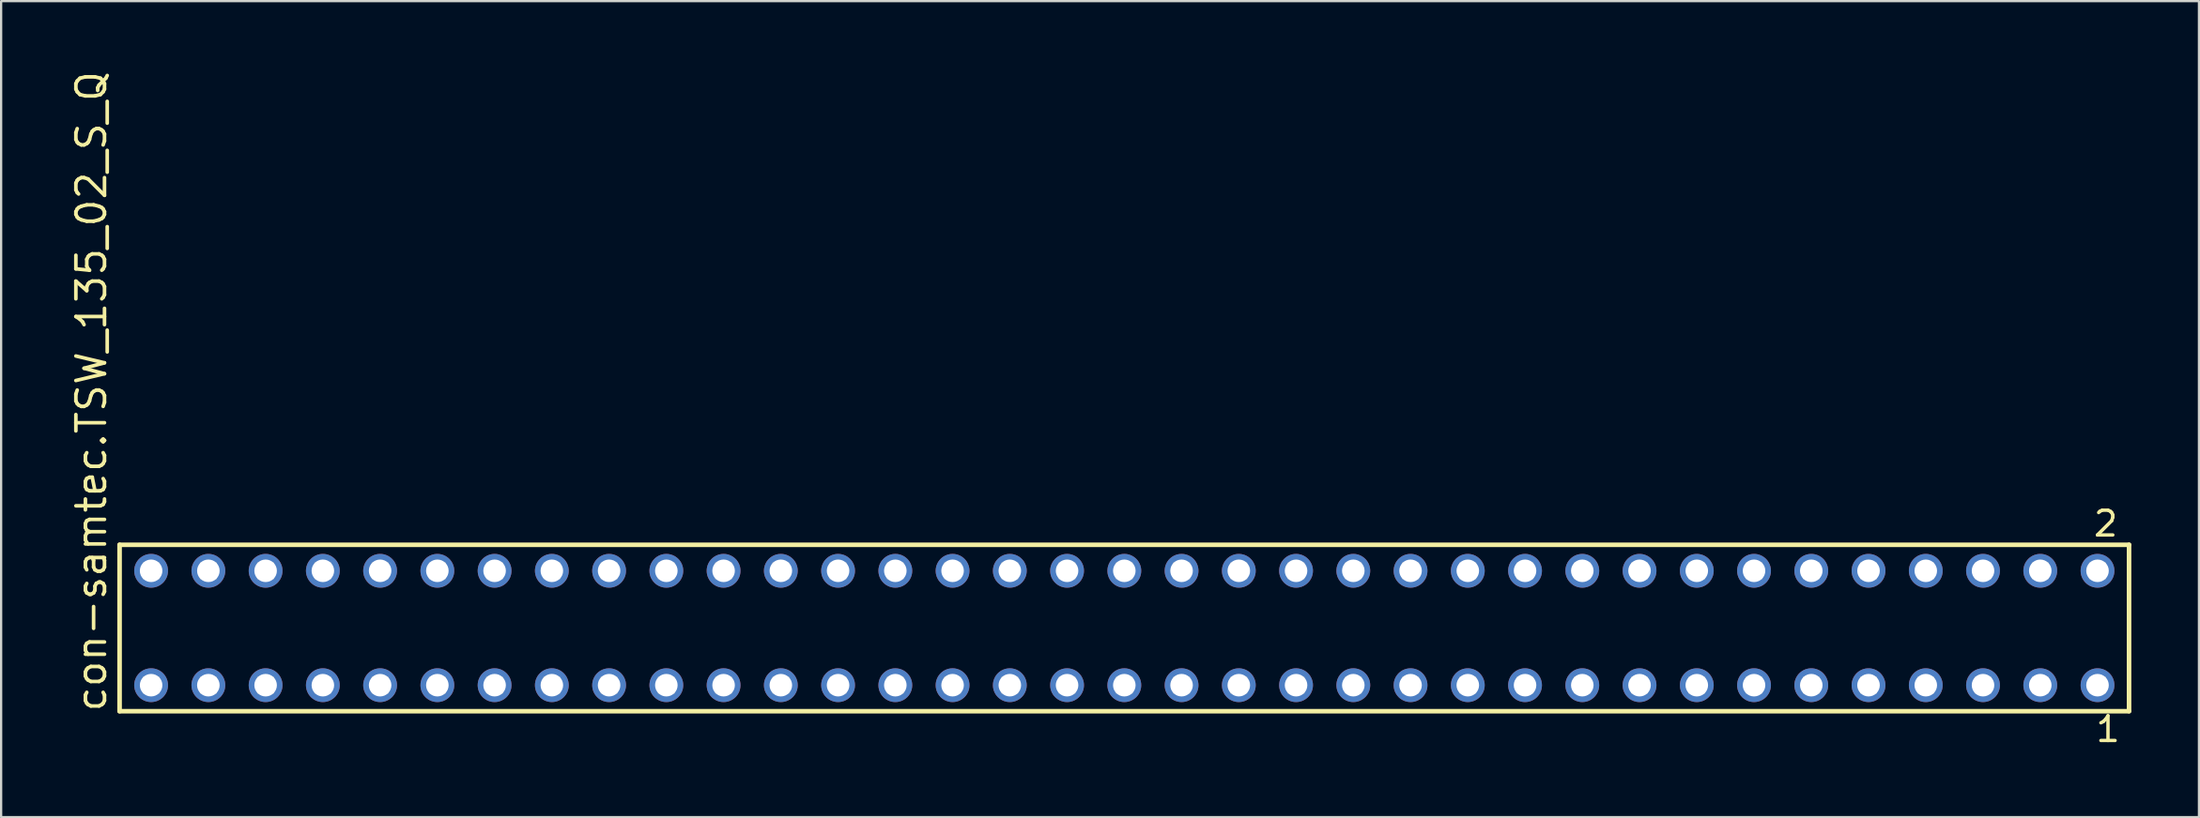
<source format=kicad_pcb>
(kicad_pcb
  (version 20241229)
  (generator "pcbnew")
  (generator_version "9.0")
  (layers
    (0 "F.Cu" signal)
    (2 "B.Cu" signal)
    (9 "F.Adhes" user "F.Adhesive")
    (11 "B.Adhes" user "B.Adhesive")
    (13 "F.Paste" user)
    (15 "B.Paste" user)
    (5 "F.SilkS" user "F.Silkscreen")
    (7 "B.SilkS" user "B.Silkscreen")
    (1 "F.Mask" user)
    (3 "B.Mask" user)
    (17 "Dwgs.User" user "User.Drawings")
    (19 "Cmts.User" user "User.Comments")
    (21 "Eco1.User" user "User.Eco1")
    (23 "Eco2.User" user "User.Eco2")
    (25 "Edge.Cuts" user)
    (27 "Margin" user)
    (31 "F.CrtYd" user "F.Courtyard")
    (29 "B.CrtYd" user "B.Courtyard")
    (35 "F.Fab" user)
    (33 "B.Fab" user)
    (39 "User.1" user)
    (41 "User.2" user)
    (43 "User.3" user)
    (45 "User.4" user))
  (footprint "con-samtec.TSW_135_02_S_Q"
    (layer "F.Cu")
    (at 46.835 24.84)
    (property "Reference" "con-samtec.TSW_135_02_S_Q" (at -45.085 3.81 90) (layer "F.SilkS") (effects (font (size 1.27 1.27) (thickness 0.16)) (justify left bottom)))
    (attr through_hole)
    (fp_line (start -44.579 -3.695) (end 44.579 -3.695) (stroke (width 0.203) (type default)) (layer "F.SilkS"))
    (fp_line (start -44.579 3.695) (end -44.579 -3.695) (stroke (width 0.203) (type default)) (layer "F.SilkS"))
    (fp_line (start 44.579 -3.695) (end 44.579 3.695) (stroke (width 0.203) (type default)) (layer "F.SilkS"))
    (fp_line (start 44.579 3.695) (end -44.579 3.695) (stroke (width 0.203) (type default)) (layer "F.SilkS"))
    (fp_rect (start -43.53 -2.19) (end -42.83 -2.89) (stroke (width 0.05) (type default)) (fill no) (layer "F.Fab"))
    (fp_rect (start -43.53 2.89) (end -42.83 2.19) (stroke (width 0.05) (type default)) (fill no) (layer "F.Fab"))
    (fp_rect (start -40.99 -2.19) (end -40.29 -2.89) (stroke (width 0.05) (type default)) (fill no) (layer "F.Fab"))
    (fp_rect (start -40.99 2.89) (end -40.29 2.19) (stroke (width 0.05) (type default)) (fill no) (layer "F.Fab"))
    (fp_rect (start -38.45 -2.19) (end -37.75 -2.89) (stroke (width 0.05) (type default)) (fill no) (layer "F.Fab"))
    (fp_rect (start -38.45 2.89) (end -37.75 2.19) (stroke (width 0.05) (type default)) (fill no) (layer "F.Fab"))
    (fp_rect (start -35.91 -2.19) (end -35.21 -2.89) (stroke (width 0.05) (type default)) (fill no) (layer "F.Fab"))
    (fp_rect (start -35.91 2.89) (end -35.21 2.19) (stroke (width 0.05) (type default)) (fill no) (layer "F.Fab"))
    (fp_rect (start -33.37 -2.19) (end -32.67 -2.89) (stroke (width 0.05) (type default)) (fill no) (layer "F.Fab"))
    (fp_rect (start -33.37 2.89) (end -32.67 2.19) (stroke (width 0.05) (type default)) (fill no) (layer "F.Fab"))
    (fp_rect (start -30.83 -2.19) (end -30.13 -2.89) (stroke (width 0.05) (type default)) (fill no) (layer "F.Fab"))
    (fp_rect (start -30.83 2.89) (end -30.13 2.19) (stroke (width 0.05) (type default)) (fill no) (layer "F.Fab"))
    (fp_rect (start -28.29 -2.19) (end -27.59 -2.89) (stroke (width 0.05) (type default)) (fill no) (layer "F.Fab"))
    (fp_rect (start -28.29 2.89) (end -27.59 2.19) (stroke (width 0.05) (type default)) (fill no) (layer "F.Fab"))
    (fp_rect (start -25.75 -2.19) (end -25.05 -2.89) (stroke (width 0.05) (type default)) (fill no) (layer "F.Fab"))
    (fp_rect (start -25.75 2.89) (end -25.05 2.19) (stroke (width 0.05) (type default)) (fill no) (layer "F.Fab"))
    (fp_rect (start -23.21 -2.19) (end -22.51 -2.89) (stroke (width 0.05) (type default)) (fill no) (layer "F.Fab"))
    (fp_rect (start -23.21 2.89) (end -22.51 2.19) (stroke (width 0.05) (type default)) (fill no) (layer "F.Fab"))
    (fp_rect (start -20.67 -2.19) (end -19.97 -2.89) (stroke (width 0.05) (type default)) (fill no) (layer "F.Fab"))
    (fp_rect (start -20.67 2.89) (end -19.97 2.19) (stroke (width 0.05) (type default)) (fill no) (layer "F.Fab"))
    (fp_rect (start -18.13 -2.19) (end -17.43 -2.89) (stroke (width 0.05) (type default)) (fill no) (layer "F.Fab"))
    (fp_rect (start -18.13 2.89) (end -17.43 2.19) (stroke (width 0.05) (type default)) (fill no) (layer "F.Fab"))
    (fp_rect (start -15.59 -2.19) (end -14.89 -2.89) (stroke (width 0.05) (type default)) (fill no) (layer "F.Fab"))
    (fp_rect (start -15.59 2.89) (end -14.89 2.19) (stroke (width 0.05) (type default)) (fill no) (layer "F.Fab"))
    (fp_rect (start -13.05 -2.19) (end -12.35 -2.89) (stroke (width 0.05) (type default)) (fill no) (layer "F.Fab"))
    (fp_rect (start -13.05 2.89) (end -12.35 2.19) (stroke (width 0.05) (type default)) (fill no) (layer "F.Fab"))
    (fp_rect (start -10.51 -2.19) (end -9.81 -2.89) (stroke (width 0.05) (type default)) (fill no) (layer "F.Fab"))
    (fp_rect (start -10.51 2.89) (end -9.81 2.19) (stroke (width 0.05) (type default)) (fill no) (layer "F.Fab"))
    (fp_rect (start -7.97 -2.19) (end -7.27 -2.89) (stroke (width 0.05) (type default)) (fill no) (layer "F.Fab"))
    (fp_rect (start -7.97 2.89) (end -7.27 2.19) (stroke (width 0.05) (type default)) (fill no) (layer "F.Fab"))
    (fp_rect (start -5.43 -2.19) (end -4.73 -2.89) (stroke (width 0.05) (type default)) (fill no) (layer "F.Fab"))
    (fp_rect (start -5.43 2.89) (end -4.73 2.19) (stroke (width 0.05) (type default)) (fill no) (layer "F.Fab"))
    (fp_rect (start -2.89 -2.19) (end -2.19 -2.89) (stroke (width 0.05) (type default)) (fill no) (layer "F.Fab"))
    (fp_rect (start -2.89 2.89) (end -2.19 2.19) (stroke (width 0.05) (type default)) (fill no) (layer "F.Fab"))
    (fp_rect (start -0.35 -2.19) (end 0.35 -2.89) (stroke (width 0.05) (type default)) (fill no) (layer "F.Fab"))
    (fp_rect (start -0.35 2.89) (end 0.35 2.19) (stroke (width 0.05) (type default)) (fill no) (layer "F.Fab"))
    (fp_rect (start 2.19 -2.19) (end 2.89 -2.89) (stroke (width 0.05) (type default)) (fill no) (layer "F.Fab"))
    (fp_rect (start 2.19 2.89) (end 2.89 2.19) (stroke (width 0.05) (type default)) (fill no) (layer "F.Fab"))
    (fp_rect (start 4.73 -2.19) (end 5.43 -2.89) (stroke (width 0.05) (type default)) (fill no) (layer "F.Fab"))
    (fp_rect (start 4.73 2.89) (end 5.43 2.19) (stroke (width 0.05) (type default)) (fill no) (layer "F.Fab"))
    (fp_rect (start 7.27 -2.19) (end 7.97 -2.89) (stroke (width 0.05) (type default)) (fill no) (layer "F.Fab"))
    (fp_rect (start 7.27 2.89) (end 7.97 2.19) (stroke (width 0.05) (type default)) (fill no) (layer "F.Fab"))
    (fp_rect (start 9.81 -2.19) (end 10.51 -2.89) (stroke (width 0.05) (type default)) (fill no) (layer "F.Fab"))
    (fp_rect (start 9.81 2.89) (end 10.51 2.19) (stroke (width 0.05) (type default)) (fill no) (layer "F.Fab"))
    (fp_rect (start 12.35 -2.19) (end 13.05 -2.89) (stroke (width 0.05) (type default)) (fill no) (layer "F.Fab"))
    (fp_rect (start 12.35 2.89) (end 13.05 2.19) (stroke (width 0.05) (type default)) (fill no) (layer "F.Fab"))
    (fp_rect (start 14.89 -2.19) (end 15.59 -2.89) (stroke (width 0.05) (type default)) (fill no) (layer "F.Fab"))
    (fp_rect (start 14.89 2.89) (end 15.59 2.19) (stroke (width 0.05) (type default)) (fill no) (layer "F.Fab"))
    (fp_rect (start 17.43 -2.19) (end 18.13 -2.89) (stroke (width 0.05) (type default)) (fill no) (layer "F.Fab"))
    (fp_rect (start 17.43 2.89) (end 18.13 2.19) (stroke (width 0.05) (type default)) (fill no) (layer "F.Fab"))
    (fp_rect (start 19.97 -2.19) (end 20.67 -2.89) (stroke (width 0.05) (type default)) (fill no) (layer "F.Fab"))
    (fp_rect (start 19.97 2.89) (end 20.67 2.19) (stroke (width 0.05) (type default)) (fill no) (layer "F.Fab"))
    (fp_rect (start 22.51 -2.19) (end 23.21 -2.89) (stroke (width 0.05) (type default)) (fill no) (layer "F.Fab"))
    (fp_rect (start 22.51 2.89) (end 23.21 2.19) (stroke (width 0.05) (type default)) (fill no) (layer "F.Fab"))
    (fp_rect (start 25.05 -2.19) (end 25.75 -2.89) (stroke (width 0.05) (type default)) (fill no) (layer "F.Fab"))
    (fp_rect (start 25.05 2.89) (end 25.75 2.19) (stroke (width 0.05) (type default)) (fill no) (layer "F.Fab"))
    (fp_rect (start 27.59 -2.19) (end 28.29 -2.89) (stroke (width 0.05) (type default)) (fill no) (layer "F.Fab"))
    (fp_rect (start 27.59 2.89) (end 28.29 2.19) (stroke (width 0.05) (type default)) (fill no) (layer "F.Fab"))
    (fp_rect (start 30.13 -2.19) (end 30.83 -2.89) (stroke (width 0.05) (type default)) (fill no) (layer "F.Fab"))
    (fp_rect (start 30.13 2.89) (end 30.83 2.19) (stroke (width 0.05) (type default)) (fill no) (layer "F.Fab"))
    (fp_rect (start 32.67 -2.19) (end 33.37 -2.89) (stroke (width 0.05) (type default)) (fill no) (layer "F.Fab"))
    (fp_rect (start 32.67 2.89) (end 33.37 2.19) (stroke (width 0.05) (type default)) (fill no) (layer "F.Fab"))
    (fp_rect (start 35.21 -2.19) (end 35.91 -2.89) (stroke (width 0.05) (type default)) (fill no) (layer "F.Fab"))
    (fp_rect (start 35.21 2.89) (end 35.91 2.19) (stroke (width 0.05) (type default)) (fill no) (layer "F.Fab"))
    (fp_rect (start 37.75 -2.19) (end 38.45 -2.89) (stroke (width 0.05) (type default)) (fill no) (layer "F.Fab"))
    (fp_rect (start 37.75 2.89) (end 38.45 2.19) (stroke (width 0.05) (type default)) (fill no) (layer "F.Fab"))
    (fp_rect (start 40.29 -2.19) (end 40.99 -2.89) (stroke (width 0.05) (type default)) (fill no) (layer "F.Fab"))
    (fp_rect (start 40.29 2.89) (end 40.99 2.19) (stroke (width 0.05) (type default)) (fill no) (layer "F.Fab"))
    (fp_rect (start 42.83 -2.19) (end 43.53 -2.89) (stroke (width 0.05) (type default)) (fill no) (layer "F.Fab"))
    (fp_rect (start 42.83 2.89) (end 43.53 2.19) (stroke (width 0.05) (type default)) (fill no) (layer "F.Fab"))
    (fp_text user "2" (at 42.922 -3.989 0) (layer "F.SilkS") (effects (font (size 1.1 1.1) (thickness 0.15)) (justify left bottom)))
    (fp_text user "1" (at 43.022 5.138 0) (layer "F.SilkS") (effects (font (size 1.1 1.1) (thickness 0.15)) (justify left bottom)))
    (pad "1" thru_hole circle (at 43.18 2.54 180) (size 1.5 1.5) (drill 1) (layers "*.Cu" "*.Mask"))
    (pad "2" thru_hole circle (at 43.18 -2.54 180) (size 1.5 1.5) (drill 1) (layers "*.Cu" "*.Mask"))
    (pad "3" thru_hole circle (at 40.64 2.54 180) (size 1.5 1.5) (drill 1) (layers "*.Cu" "*.Mask"))
    (pad "4" thru_hole circle (at 40.64 -2.54 180) (size 1.5 1.5) (drill 1) (layers "*.Cu" "*.Mask"))
    (pad "5" thru_hole circle (at 38.1 2.54 180) (size 1.5 1.5) (drill 1) (layers "*.Cu" "*.Mask"))
    (pad "6" thru_hole circle (at 38.1 -2.54 180) (size 1.5 1.5) (drill 1) (layers "*.Cu" "*.Mask"))
    (pad "7" thru_hole circle (at 35.56 2.54 180) (size 1.5 1.5) (drill 1) (layers "*.Cu" "*.Mask"))
    (pad "8" thru_hole circle (at 35.56 -2.54 180) (size 1.5 1.5) (drill 1) (layers "*.Cu" "*.Mask"))
    (pad "9" thru_hole circle (at 33.02 2.54 180) (size 1.5 1.5) (drill 1) (layers "*.Cu" "*.Mask"))
    (pad "10" thru_hole circle (at 33.02 -2.54 180) (size 1.5 1.5) (drill 1) (layers "*.Cu" "*.Mask"))
    (pad "11" thru_hole circle (at 30.48 2.54 180) (size 1.5 1.5) (drill 1) (layers "*.Cu" "*.Mask"))
    (pad "12" thru_hole circle (at 30.48 -2.54 180) (size 1.5 1.5) (drill 1) (layers "*.Cu" "*.Mask"))
    (pad "13" thru_hole circle (at 27.94 2.54 180) (size 1.5 1.5) (drill 1) (layers "*.Cu" "*.Mask"))
    (pad "14" thru_hole circle (at 27.94 -2.54 180) (size 1.5 1.5) (drill 1) (layers "*.Cu" "*.Mask"))
    (pad "15" thru_hole circle (at 25.4 2.54 180) (size 1.5 1.5) (drill 1) (layers "*.Cu" "*.Mask"))
    (pad "16" thru_hole circle (at 25.4 -2.54 180) (size 1.5 1.5) (drill 1) (layers "*.Cu" "*.Mask"))
    (pad "17" thru_hole circle (at 22.86 2.54 180) (size 1.5 1.5) (drill 1) (layers "*.Cu" "*.Mask"))
    (pad "18" thru_hole circle (at 22.86 -2.54 180) (size 1.5 1.5) (drill 1) (layers "*.Cu" "*.Mask"))
    (pad "19" thru_hole circle (at 20.32 2.54 180) (size 1.5 1.5) (drill 1) (layers "*.Cu" "*.Mask"))
    (pad "20" thru_hole circle (at 20.32 -2.54 180) (size 1.5 1.5) (drill 1) (layers "*.Cu" "*.Mask"))
    (pad "21" thru_hole circle (at 17.78 2.54 180) (size 1.5 1.5) (drill 1) (layers "*.Cu" "*.Mask"))
    (pad "22" thru_hole circle (at 17.78 -2.54 180) (size 1.5 1.5) (drill 1) (layers "*.Cu" "*.Mask"))
    (pad "23" thru_hole circle (at 15.24 2.54 180) (size 1.5 1.5) (drill 1) (layers "*.Cu" "*.Mask"))
    (pad "24" thru_hole circle (at 15.24 -2.54 180) (size 1.5 1.5) (drill 1) (layers "*.Cu" "*.Mask"))
    (pad "25" thru_hole circle (at 12.7 2.54 180) (size 1.5 1.5) (drill 1) (layers "*.Cu" "*.Mask"))
    (pad "26" thru_hole circle (at 12.7 -2.54 180) (size 1.5 1.5) (drill 1) (layers "*.Cu" "*.Mask"))
    (pad "27" thru_hole circle (at 10.16 2.54 180) (size 1.5 1.5) (drill 1) (layers "*.Cu" "*.Mask"))
    (pad "28" thru_hole circle (at 10.16 -2.54 180) (size 1.5 1.5) (drill 1) (layers "*.Cu" "*.Mask"))
    (pad "29" thru_hole circle (at 7.62 2.54 180) (size 1.5 1.5) (drill 1) (layers "*.Cu" "*.Mask"))
    (pad "30" thru_hole circle (at 7.62 -2.54 180) (size 1.5 1.5) (drill 1) (layers "*.Cu" "*.Mask"))
    (pad "31" thru_hole circle (at 5.08 2.54 180) (size 1.5 1.5) (drill 1) (layers "*.Cu" "*.Mask"))
    (pad "32" thru_hole circle (at 5.08 -2.54 180) (size 1.5 1.5) (drill 1) (layers "*.Cu" "*.Mask"))
    (pad "33" thru_hole circle (at 2.54 2.54 180) (size 1.5 1.5) (drill 1) (layers "*.Cu" "*.Mask"))
    (pad "34" thru_hole circle (at 2.54 -2.54 180) (size 1.5 1.5) (drill 1) (layers "*.Cu" "*.Mask"))
    (pad "35" thru_hole circle (at 0 2.54 180) (size 1.5 1.5) (drill 1) (layers "*.Cu" "*.Mask"))
    (pad "36" thru_hole circle (at 0 -2.54 180) (size 1.5 1.5) (drill 1) (layers "*.Cu" "*.Mask"))
    (pad "37" thru_hole circle (at -2.54 2.54 180) (size 1.5 1.5) (drill 1) (layers "*.Cu" "*.Mask"))
    (pad "38" thru_hole circle (at -2.54 -2.54 180) (size 1.5 1.5) (drill 1) (layers "*.Cu" "*.Mask"))
    (pad "39" thru_hole circle (at -5.08 2.54 180) (size 1.5 1.5) (drill 1) (layers "*.Cu" "*.Mask"))
    (pad "40" thru_hole circle (at -5.08 -2.54 180) (size 1.5 1.5) (drill 1) (layers "*.Cu" "*.Mask"))
    (pad "41" thru_hole circle (at -7.62 2.54 180) (size 1.5 1.5) (drill 1) (layers "*.Cu" "*.Mask"))
    (pad "42" thru_hole circle (at -7.62 -2.54 180) (size 1.5 1.5) (drill 1) (layers "*.Cu" "*.Mask"))
    (pad "43" thru_hole circle (at -10.16 2.54 180) (size 1.5 1.5) (drill 1) (layers "*.Cu" "*.Mask"))
    (pad "44" thru_hole circle (at -10.16 -2.54 180) (size 1.5 1.5) (drill 1) (layers "*.Cu" "*.Mask"))
    (pad "45" thru_hole circle (at -12.7 2.54 180) (size 1.5 1.5) (drill 1) (layers "*.Cu" "*.Mask"))
    (pad "46" thru_hole circle (at -12.7 -2.54 180) (size 1.5 1.5) (drill 1) (layers "*.Cu" "*.Mask"))
    (pad "47" thru_hole circle (at -15.24 2.54 180) (size 1.5 1.5) (drill 1) (layers "*.Cu" "*.Mask"))
    (pad "48" thru_hole circle (at -15.24 -2.54 180) (size 1.5 1.5) (drill 1) (layers "*.Cu" "*.Mask"))
    (pad "49" thru_hole circle (at -17.78 2.54 180) (size 1.5 1.5) (drill 1) (layers "*.Cu" "*.Mask"))
    (pad "50" thru_hole circle (at -17.78 -2.54 180) (size 1.5 1.5) (drill 1) (layers "*.Cu" "*.Mask"))
    (pad "51" thru_hole circle (at -20.32 2.54 180) (size 1.5 1.5) (drill 1) (layers "*.Cu" "*.Mask"))
    (pad "52" thru_hole circle (at -20.32 -2.54 180) (size 1.5 1.5) (drill 1) (layers "*.Cu" "*.Mask"))
    (pad "53" thru_hole circle (at -22.86 2.54 180) (size 1.5 1.5) (drill 1) (layers "*.Cu" "*.Mask"))
    (pad "54" thru_hole circle (at -22.86 -2.54 180) (size 1.5 1.5) (drill 1) (layers "*.Cu" "*.Mask"))
    (pad "55" thru_hole circle (at -25.4 2.54 180) (size 1.5 1.5) (drill 1) (layers "*.Cu" "*.Mask"))
    (pad "56" thru_hole circle (at -25.4 -2.54 180) (size 1.5 1.5) (drill 1) (layers "*.Cu" "*.Mask"))
    (pad "57" thru_hole circle (at -27.94 2.54 180) (size 1.5 1.5) (drill 1) (layers "*.Cu" "*.Mask"))
    (pad "58" thru_hole circle (at -27.94 -2.54 180) (size 1.5 1.5) (drill 1) (layers "*.Cu" "*.Mask"))
    (pad "59" thru_hole circle (at -30.48 2.54 180) (size 1.5 1.5) (drill 1) (layers "*.Cu" "*.Mask"))
    (pad "60" thru_hole circle (at -30.48 -2.54 180) (size 1.5 1.5) (drill 1) (layers "*.Cu" "*.Mask"))
    (pad "61" thru_hole circle (at -33.02 2.54 180) (size 1.5 1.5) (drill 1) (layers "*.Cu" "*.Mask"))
    (pad "62" thru_hole circle (at -33.02 -2.54 180) (size 1.5 1.5) (drill 1) (layers "*.Cu" "*.Mask"))
    (pad "63" thru_hole circle (at -35.56 2.54 180) (size 1.5 1.5) (drill 1) (layers "*.Cu" "*.Mask"))
    (pad "64" thru_hole circle (at -35.56 -2.54 180) (size 1.5 1.5) (drill 1) (layers "*.Cu" "*.Mask"))
    (pad "65" thru_hole circle (at -38.1 2.54 180) (size 1.5 1.5) (drill 1) (layers "*.Cu" "*.Mask"))
    (pad "66" thru_hole circle (at -38.1 -2.54 180) (size 1.5 1.5) (drill 1) (layers "*.Cu" "*.Mask"))
    (pad "67" thru_hole circle (at -40.64 2.54 180) (size 1.5 1.5) (drill 1) (layers "*.Cu" "*.Mask"))
    (pad "68" thru_hole circle (at -40.64 -2.54 180) (size 1.5 1.5) (drill 1) (layers "*.Cu" "*.Mask"))
    (pad "69" thru_hole circle (at -43.18 2.54 180) (size 1.5 1.5) (drill 1) (layers "*.Cu" "*.Mask"))
    (pad "70" thru_hole circle (at -43.18 -2.54 180) (size 1.5 1.5) (drill 1) (layers "*.Cu" "*.Mask")))
  (gr_rect
    (start -3 -3)
    (end 94.516 33.241)
    (stroke (width 0.1) (type default))
    (fill no)
    (layer "Edge.Cuts")))
</source>
